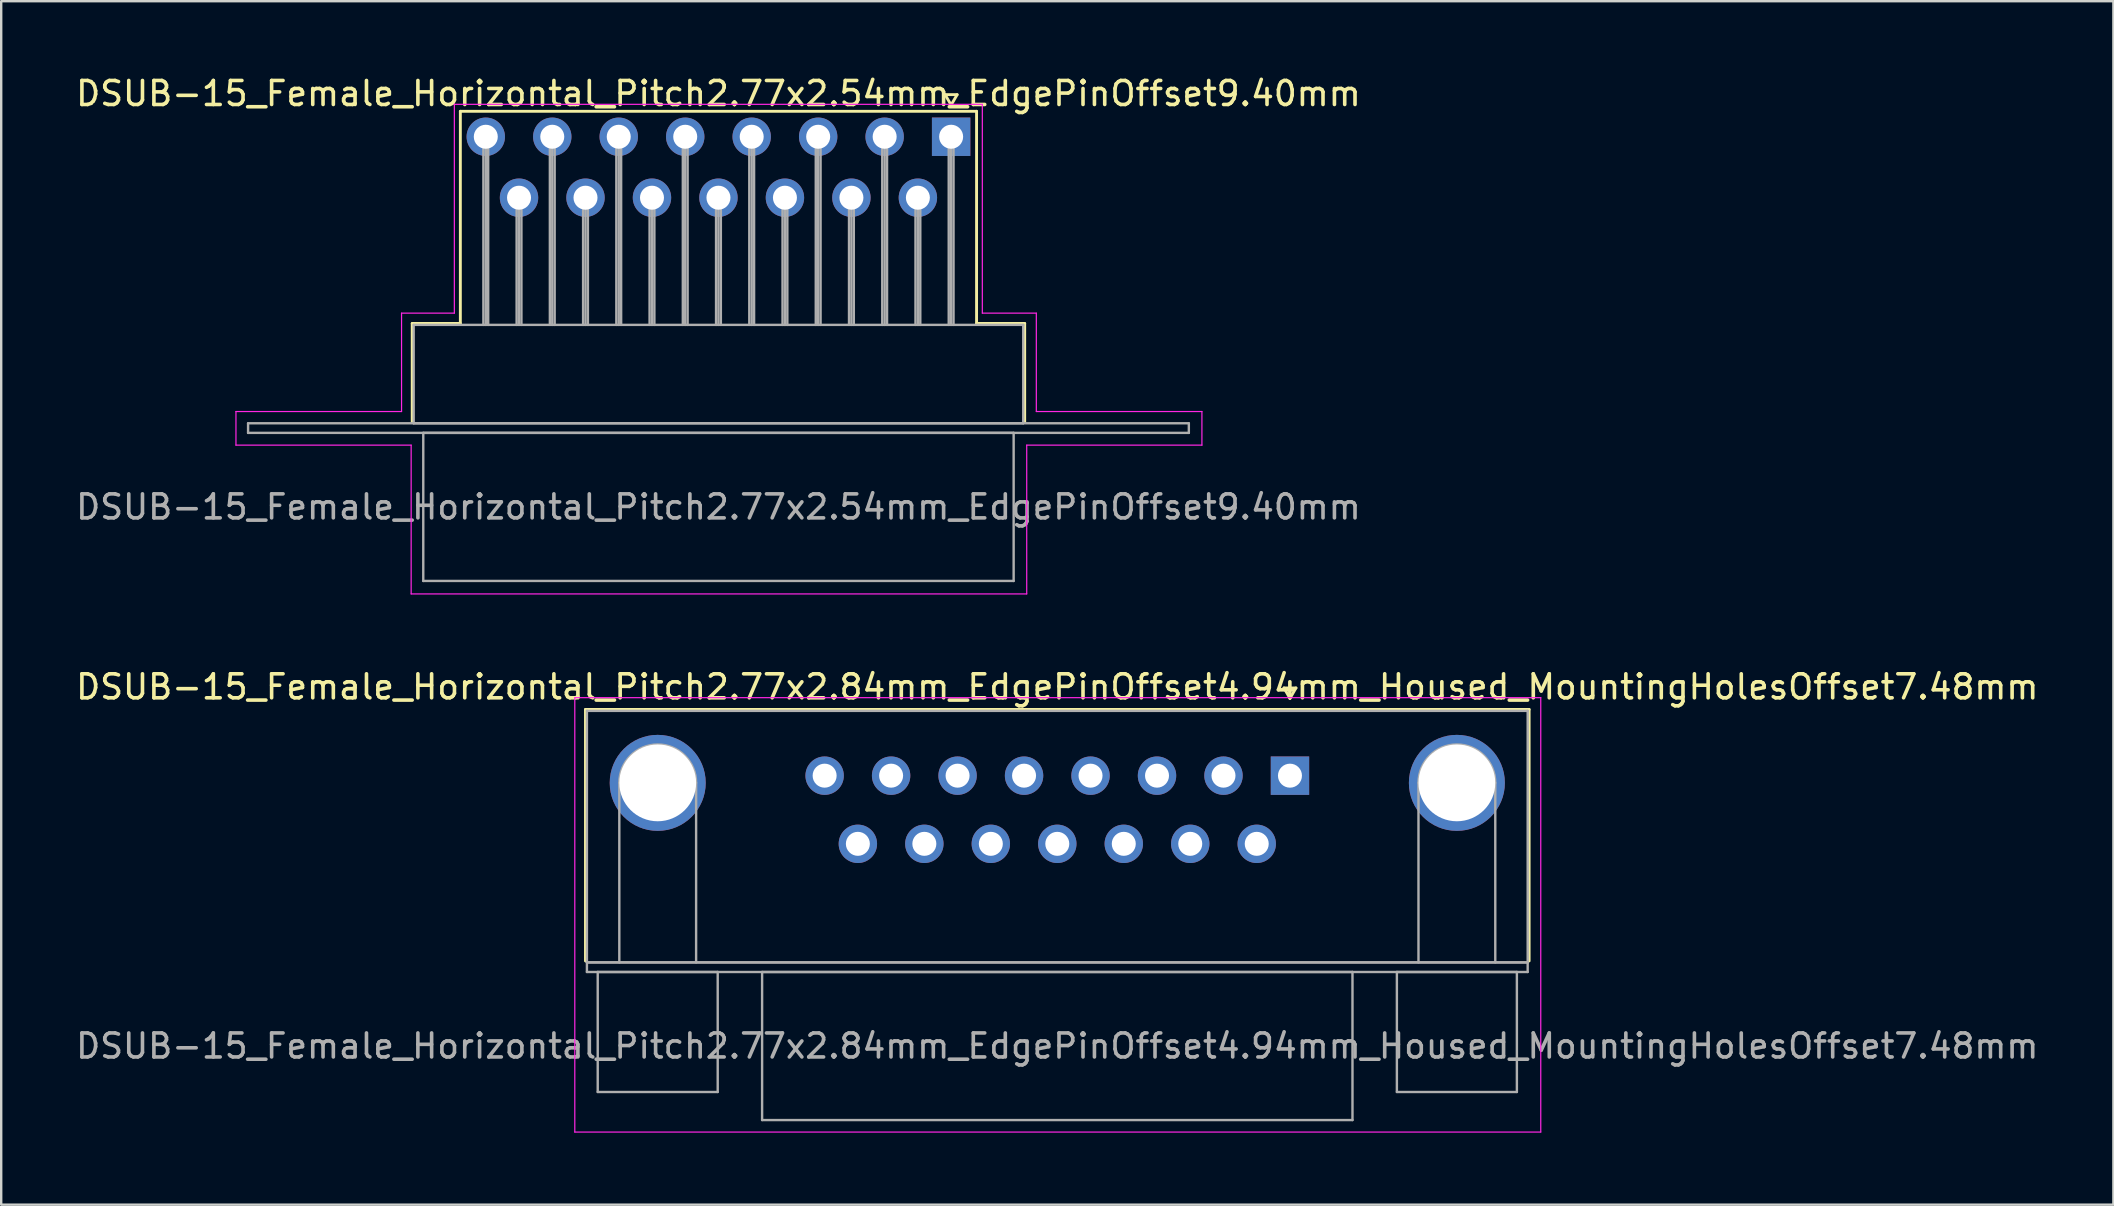
<source format=kicad_pcb>
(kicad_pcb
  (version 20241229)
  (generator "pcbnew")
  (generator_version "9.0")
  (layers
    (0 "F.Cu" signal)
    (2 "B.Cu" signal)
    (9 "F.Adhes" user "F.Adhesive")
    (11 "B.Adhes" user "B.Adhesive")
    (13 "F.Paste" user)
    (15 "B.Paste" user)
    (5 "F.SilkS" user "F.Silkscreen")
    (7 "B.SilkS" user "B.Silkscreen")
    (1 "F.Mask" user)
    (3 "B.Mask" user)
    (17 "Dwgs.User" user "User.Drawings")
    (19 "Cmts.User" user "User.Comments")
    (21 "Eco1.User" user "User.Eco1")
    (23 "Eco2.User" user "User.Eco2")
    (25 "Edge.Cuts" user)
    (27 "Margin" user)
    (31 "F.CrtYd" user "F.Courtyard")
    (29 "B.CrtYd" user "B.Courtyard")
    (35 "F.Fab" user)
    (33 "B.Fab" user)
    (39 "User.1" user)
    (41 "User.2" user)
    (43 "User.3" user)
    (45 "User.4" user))
  (footprint "DSUB-15_Female_Horizontal_Pitch2.77x2.54mm_EdgePinOffset9.40mm"
    (layer "F.Cu")
    (at 36.582 2.648)
    (property "Reference" "DSUB-15_Female_Horizontal_Pitch2.77x2.54mm_EdgePinOffset9.40mm" (at -9.695 -1.8 0) (layer "F.SilkS") (effects (font (size 1 1) (thickness 0.15))))
    (attr through_hole)
    (fp_line (start -22.455 7.78) (end -20.45 7.78) (stroke (width 0.12) (type solid)) (layer "F.SilkS"))
    (fp_line (start -22.455 11.88) (end -22.455 7.78) (stroke (width 0.12) (type solid)) (layer "F.SilkS"))
    (fp_line (start -20.45 -1.06) (end 1.06 -1.06) (stroke (width 0.12) (type solid)) (layer "F.SilkS"))
    (fp_line (start -20.45 7.78) (end -20.45 -1.06) (stroke (width 0.12) (type solid)) (layer "F.SilkS"))
    (fp_line (start -0.25 -1.754) (end 0.25 -1.754) (stroke (width 0.12) (type solid)) (layer "F.SilkS"))
    (fp_line (start 0 -1.321) (end -0.25 -1.754) (stroke (width 0.12) (type solid)) (layer "F.SilkS"))
    (fp_line (start 0.25 -1.754) (end 0 -1.321) (stroke (width 0.12) (type solid)) (layer "F.SilkS"))
    (fp_line (start 1.06 -1.06) (end 1.06 7.78) (stroke (width 0.12) (type solid)) (layer "F.SilkS"))
    (fp_line (start 1.06 7.78) (end 3.065 7.78) (stroke (width 0.12) (type solid)) (layer "F.SilkS"))
    (fp_line (start 3.065 7.78) (end 3.065 11.88) (stroke (width 0.12) (type solid)) (layer "F.SilkS"))
    (fp_line (start -29.8 11.45) (end -22.9 11.45) (stroke (width 0.05) (type solid)) (layer "F.CrtYd"))
    (fp_line (start -29.8 12.85) (end -29.8 11.45) (stroke (width 0.05) (type solid)) (layer "F.CrtYd"))
    (fp_line (start -22.9 7.35) (end -20.7 7.35) (stroke (width 0.05) (type solid)) (layer "F.CrtYd"))
    (fp_line (start -22.9 11.45) (end -22.9 7.35) (stroke (width 0.05) (type solid)) (layer "F.CrtYd"))
    (fp_line (start -22.5 12.85) (end -29.8 12.85) (stroke (width 0.05) (type solid)) (layer "F.CrtYd"))
    (fp_line (start -22.5 19.05) (end -22.5 12.85) (stroke (width 0.05) (type solid)) (layer "F.CrtYd"))
    (fp_line (start -20.7 -1.35) (end 1.3 -1.35) (stroke (width 0.05) (type solid)) (layer "F.CrtYd"))
    (fp_line (start -20.7 7.35) (end -20.7 -1.35) (stroke (width 0.05) (type solid)) (layer "F.CrtYd"))
    (fp_line (start 1.3 -1.35) (end 1.3 7.35) (stroke (width 0.05) (type solid)) (layer "F.CrtYd"))
    (fp_line (start 1.3 7.35) (end 3.55 7.35) (stroke (width 0.05) (type solid)) (layer "F.CrtYd"))
    (fp_line (start 3.15 12.85) (end 3.15 19.05) (stroke (width 0.05) (type solid)) (layer "F.CrtYd"))
    (fp_line (start 3.15 19.05) (end -22.5 19.05) (stroke (width 0.05) (type solid)) (layer "F.CrtYd"))
    (fp_line (start 3.55 7.35) (end 3.55 11.45) (stroke (width 0.05) (type solid)) (layer "F.CrtYd"))
    (fp_line (start 3.55 11.45) (end 10.45 11.45) (stroke (width 0.05) (type solid)) (layer "F.CrtYd"))
    (fp_line (start 10.45 11.45) (end 10.45 12.85) (stroke (width 0.05) (type solid)) (layer "F.CrtYd"))
    (fp_line (start 10.45 12.85) (end 3.15 12.85) (stroke (width 0.05) (type solid)) (layer "F.CrtYd"))
    (fp_line (start -29.295 11.94) (end -29.295 12.34) (stroke (width 0.1) (type solid)) (layer "F.Fab"))
    (fp_line (start -29.295 12.34) (end 9.905 12.34) (stroke (width 0.1) (type solid)) (layer "F.Fab"))
    (fp_line (start -22.395 7.84) (end -22.395 11.94) (stroke (width 0.1) (type solid)) (layer "F.Fab"))
    (fp_line (start -22.395 11.94) (end 3.005 11.94) (stroke (width 0.1) (type solid)) (layer "F.Fab"))
    (fp_line (start -21.995 12.34) (end -21.995 18.51) (stroke (width 0.1) (type solid)) (layer "F.Fab"))
    (fp_line (start -21.995 18.51) (end 2.605 18.51) (stroke (width 0.1) (type solid)) (layer "F.Fab"))
    (fp_line (start -19.49 0) (end -19.49 7.84) (stroke (width 0.1) (type solid)) (layer "F.Fab"))
    (fp_line (start -19.39 0) (end -19.39 7.84) (stroke (width 0.1) (type solid)) (layer "F.Fab"))
    (fp_line (start -19.29 0) (end -19.29 7.84) (stroke (width 0.1) (type solid)) (layer "F.Fab"))
    (fp_line (start -18.105 2.54) (end -18.105 7.84) (stroke (width 0.1) (type solid)) (layer "F.Fab"))
    (fp_line (start -18.005 2.54) (end -18.005 7.84) (stroke (width 0.1) (type solid)) (layer "F.Fab"))
    (fp_line (start -17.905 2.54) (end -17.905 7.84) (stroke (width 0.1) (type solid)) (layer "F.Fab"))
    (fp_line (start -16.72 0) (end -16.72 7.84) (stroke (width 0.1) (type solid)) (layer "F.Fab"))
    (fp_line (start -16.62 0) (end -16.62 7.84) (stroke (width 0.1) (type solid)) (layer "F.Fab"))
    (fp_line (start -16.52 0) (end -16.52 7.84) (stroke (width 0.1) (type solid)) (layer "F.Fab"))
    (fp_line (start -15.335 2.54) (end -15.335 7.84) (stroke (width 0.1) (type solid)) (layer "F.Fab"))
    (fp_line (start -15.235 2.54) (end -15.235 7.84) (stroke (width 0.1) (type solid)) (layer "F.Fab"))
    (fp_line (start -15.135 2.54) (end -15.135 7.84) (stroke (width 0.1) (type solid)) (layer "F.Fab"))
    (fp_line (start -13.95 0) (end -13.95 7.84) (stroke (width 0.1) (type solid)) (layer "F.Fab"))
    (fp_line (start -13.85 0) (end -13.85 7.84) (stroke (width 0.1) (type solid)) (layer "F.Fab"))
    (fp_line (start -13.75 0) (end -13.75 7.84) (stroke (width 0.1) (type solid)) (layer "F.Fab"))
    (fp_line (start -12.565 2.54) (end -12.565 7.84) (stroke (width 0.1) (type solid)) (layer "F.Fab"))
    (fp_line (start -12.465 2.54) (end -12.465 7.84) (stroke (width 0.1) (type solid)) (layer "F.Fab"))
    (fp_line (start -12.365 2.54) (end -12.365 7.84) (stroke (width 0.1) (type solid)) (layer "F.Fab"))
    (fp_line (start -11.18 0) (end -11.18 7.84) (stroke (width 0.1) (type solid)) (layer "F.Fab"))
    (fp_line (start -11.08 0) (end -11.08 7.84) (stroke (width 0.1) (type solid)) (layer "F.Fab"))
    (fp_line (start -10.98 0) (end -10.98 7.84) (stroke (width 0.1) (type solid)) (layer "F.Fab"))
    (fp_line (start -9.795 2.54) (end -9.795 7.84) (stroke (width 0.1) (type solid)) (layer "F.Fab"))
    (fp_line (start -9.695 2.54) (end -9.695 7.84) (stroke (width 0.1) (type solid)) (layer "F.Fab"))
    (fp_line (start -9.595 2.54) (end -9.595 7.84) (stroke (width 0.1) (type solid)) (layer "F.Fab"))
    (fp_line (start -8.41 0) (end -8.41 7.84) (stroke (width 0.1) (type solid)) (layer "F.Fab"))
    (fp_line (start -8.31 0) (end -8.31 7.84) (stroke (width 0.1) (type solid)) (layer "F.Fab"))
    (fp_line (start -8.21 0) (end -8.21 7.84) (stroke (width 0.1) (type solid)) (layer "F.Fab"))
    (fp_line (start -7.025 2.54) (end -7.025 7.84) (stroke (width 0.1) (type solid)) (layer "F.Fab"))
    (fp_line (start -6.925 2.54) (end -6.925 7.84) (stroke (width 0.1) (type solid)) (layer "F.Fab"))
    (fp_line (start -6.825 2.54) (end -6.825 7.84) (stroke (width 0.1) (type solid)) (layer "F.Fab"))
    (fp_line (start -5.64 0) (end -5.64 7.84) (stroke (width 0.1) (type solid)) (layer "F.Fab"))
    (fp_line (start -5.54 0) (end -5.54 7.84) (stroke (width 0.1) (type solid)) (layer "F.Fab"))
    (fp_line (start -5.44 0) (end -5.44 7.84) (stroke (width 0.1) (type solid)) (layer "F.Fab"))
    (fp_line (start -4.255 2.54) (end -4.255 7.84) (stroke (width 0.1) (type solid)) (layer "F.Fab"))
    (fp_line (start -4.155 2.54) (end -4.155 7.84) (stroke (width 0.1) (type solid)) (layer "F.Fab"))
    (fp_line (start -4.055 2.54) (end -4.055 7.84) (stroke (width 0.1) (type solid)) (layer "F.Fab"))
    (fp_line (start -2.87 0) (end -2.87 7.84) (stroke (width 0.1) (type solid)) (layer "F.Fab"))
    (fp_line (start -2.77 0) (end -2.77 7.84) (stroke (width 0.1) (type solid)) (layer "F.Fab"))
    (fp_line (start -2.67 0) (end -2.67 7.84) (stroke (width 0.1) (type solid)) (layer "F.Fab"))
    (fp_line (start -1.485 2.54) (end -1.485 7.84) (stroke (width 0.1) (type solid)) (layer "F.Fab"))
    (fp_line (start -1.385 2.54) (end -1.385 7.84) (stroke (width 0.1) (type solid)) (layer "F.Fab"))
    (fp_line (start -1.285 2.54) (end -1.285 7.84) (stroke (width 0.1) (type solid)) (layer "F.Fab"))
    (fp_line (start -0.1 0) (end -0.1 7.84) (stroke (width 0.1) (type solid)) (layer "F.Fab"))
    (fp_line (start 0 0) (end 0 7.84) (stroke (width 0.1) (type solid)) (layer "F.Fab"))
    (fp_line (start 0.1 0) (end 0.1 7.84) (stroke (width 0.1) (type solid)) (layer "F.Fab"))
    (fp_line (start 2.605 12.34) (end -21.995 12.34) (stroke (width 0.1) (type solid)) (layer "F.Fab"))
    (fp_line (start 2.605 18.51) (end 2.605 12.34) (stroke (width 0.1) (type solid)) (layer "F.Fab"))
    (fp_line (start 3.005 7.84) (end -22.395 7.84) (stroke (width 0.1) (type solid)) (layer "F.Fab"))
    (fp_line (start 3.005 11.94) (end 3.005 7.84) (stroke (width 0.1) (type solid)) (layer "F.Fab"))
    (fp_line (start 9.905 11.94) (end -29.295 11.94) (stroke (width 0.1) (type solid)) (layer "F.Fab"))
    (fp_line (start 9.905 12.34) (end 9.905 11.94) (stroke (width 0.1) (type solid)) (layer "F.Fab"))
    (fp_text user "${REFERENCE}" (at -9.695 15.425 0) (layer "F.Fab") (effects (font (size 1 1) (thickness 0.15))))
    (pad "1" thru_hole rect (at 0 0) (size 1.6 1.6) (drill 1) (layers "*.Cu" "*.Mask"))
    (pad "2" thru_hole circle (at -2.77 0) (size 1.6 1.6) (drill 1) (layers "*.Cu" "*.Mask"))
    (pad "3" thru_hole circle (at -5.54 0) (size 1.6 1.6) (drill 1) (layers "*.Cu" "*.Mask"))
    (pad "4" thru_hole circle (at -8.31 0) (size 1.6 1.6) (drill 1) (layers "*.Cu" "*.Mask"))
    (pad "5" thru_hole circle (at -11.08 0) (size 1.6 1.6) (drill 1) (layers "*.Cu" "*.Mask"))
    (pad "6" thru_hole circle (at -13.85 0) (size 1.6 1.6) (drill 1) (layers "*.Cu" "*.Mask"))
    (pad "7" thru_hole circle (at -16.62 0) (size 1.6 1.6) (drill 1) (layers "*.Cu" "*.Mask"))
    (pad "8" thru_hole circle (at -19.39 0) (size 1.6 1.6) (drill 1) (layers "*.Cu" "*.Mask"))
    (pad "9" thru_hole circle (at -1.385 2.54) (size 1.6 1.6) (drill 1) (layers "*.Cu" "*.Mask"))
    (pad "10" thru_hole circle (at -4.155 2.54) (size 1.6 1.6) (drill 1) (layers "*.Cu" "*.Mask"))
    (pad "11" thru_hole circle (at -6.925 2.54) (size 1.6 1.6) (drill 1) (layers "*.Cu" "*.Mask"))
    (pad "12" thru_hole circle (at -9.695 2.54) (size 1.6 1.6) (drill 1) (layers "*.Cu" "*.Mask"))
    (pad "13" thru_hole circle (at -12.465 2.54) (size 1.6 1.6) (drill 1) (layers "*.Cu" "*.Mask"))
    (pad "14" thru_hole circle (at -15.235 2.54) (size 1.6 1.6) (drill 1) (layers "*.Cu" "*.Mask"))
    (pad "15" thru_hole circle (at -18.005 2.54) (size 1.6 1.6) (drill 1) (layers "*.Cu" "*.Mask")))
  (footprint "DSUB-15_Female_Horizontal_Pitch2.77x2.84mm_EdgePinOffset4.94mm_Housed_MountingHolesOffset7.48mm"
    (layer "F.Cu")
    (at 50.701 29.271)
    (property "Reference" "DSUB-15_Female_Horizontal_Pitch2.77x2.84mm_EdgePinOffset4.94mm_Housed_MountingHolesOffset7.48mm" (at -9.695 -3.7 0) (layer "F.SilkS") (effects (font (size 1 1) (thickness 0.15))))
    (attr through_hole)
    (fp_line (start -29.355 -2.76) (end 9.965 -2.76) (stroke (width 0.12) (type solid)) (layer "F.SilkS"))
    (fp_line (start -29.355 7.72) (end -29.355 -2.76) (stroke (width 0.12) (type solid)) (layer "F.SilkS"))
    (fp_line (start -0.25 -3.654) (end 0.25 -3.654) (stroke (width 0.12) (type solid)) (layer "F.SilkS"))
    (fp_line (start 0 -3.221) (end -0.25 -3.654) (stroke (width 0.12) (type solid)) (layer "F.SilkS"))
    (fp_line (start 0.25 -3.654) (end 0 -3.221) (stroke (width 0.12) (type solid)) (layer "F.SilkS"))
    (fp_line (start 9.965 -2.76) (end 9.965 7.72) (stroke (width 0.12) (type solid)) (layer "F.SilkS"))
    (fp_line (start -29.8 -3.25) (end -29.8 14.85) (stroke (width 0.05) (type solid)) (layer "F.CrtYd"))
    (fp_line (start -29.8 14.85) (end 10.45 14.85) (stroke (width 0.05) (type solid)) (layer "F.CrtYd"))
    (fp_line (start 10.45 -3.25) (end -29.8 -3.25) (stroke (width 0.05) (type solid)) (layer "F.CrtYd"))
    (fp_line (start 10.45 14.85) (end 10.45 -3.25) (stroke (width 0.05) (type solid)) (layer "F.CrtYd"))
    (fp_line (start -29.295 -2.7) (end -29.295 7.78) (stroke (width 0.1) (type solid)) (layer "F.Fab"))
    (fp_line (start -29.295 7.78) (end -29.295 8.18) (stroke (width 0.1) (type solid)) (layer "F.Fab"))
    (fp_line (start -29.295 7.78) (end 9.905 7.78) (stroke (width 0.1) (type solid)) (layer "F.Fab"))
    (fp_line (start -29.295 8.18) (end 9.905 8.18) (stroke (width 0.1) (type solid)) (layer "F.Fab"))
    (fp_line (start -28.845 8.18) (end -28.845 13.18) (stroke (width 0.1) (type solid)) (layer "F.Fab"))
    (fp_line (start -28.845 13.18) (end -23.845 13.18) (stroke (width 0.1) (type solid)) (layer "F.Fab"))
    (fp_line (start -27.945 7.78) (end -27.945 0.3) (stroke (width 0.1) (type solid)) (layer "F.Fab"))
    (fp_line (start -24.745 7.78) (end -24.745 0.3) (stroke (width 0.1) (type solid)) (layer "F.Fab"))
    (fp_line (start -23.845 8.18) (end -28.845 8.18) (stroke (width 0.1) (type solid)) (layer "F.Fab"))
    (fp_line (start -23.845 13.18) (end -23.845 8.18) (stroke (width 0.1) (type solid)) (layer "F.Fab"))
    (fp_line (start -21.995 8.18) (end -21.995 14.35) (stroke (width 0.1) (type solid)) (layer "F.Fab"))
    (fp_line (start -21.995 14.35) (end 2.605 14.35) (stroke (width 0.1) (type solid)) (layer "F.Fab"))
    (fp_line (start 2.605 8.18) (end -21.995 8.18) (stroke (width 0.1) (type solid)) (layer "F.Fab"))
    (fp_line (start 2.605 14.35) (end 2.605 8.18) (stroke (width 0.1) (type solid)) (layer "F.Fab"))
    (fp_line (start 4.455 8.18) (end 4.455 13.18) (stroke (width 0.1) (type solid)) (layer "F.Fab"))
    (fp_line (start 4.455 13.18) (end 9.455 13.18) (stroke (width 0.1) (type solid)) (layer "F.Fab"))
    (fp_line (start 5.355 7.78) (end 5.355 0.3) (stroke (width 0.1) (type solid)) (layer "F.Fab"))
    (fp_line (start 8.555 7.78) (end 8.555 0.3) (stroke (width 0.1) (type solid)) (layer "F.Fab"))
    (fp_line (start 9.455 8.18) (end 4.455 8.18) (stroke (width 0.1) (type solid)) (layer "F.Fab"))
    (fp_line (start 9.455 13.18) (end 9.455 8.18) (stroke (width 0.1) (type solid)) (layer "F.Fab"))
    (fp_line (start 9.905 -2.7) (end -29.295 -2.7) (stroke (width 0.1) (type solid)) (layer "F.Fab"))
    (fp_line (start 9.905 7.78) (end -29.295 7.78) (stroke (width 0.1) (type solid)) (layer "F.Fab"))
    (fp_line (start 9.905 7.78) (end 9.905 -2.7) (stroke (width 0.1) (type solid)) (layer "F.Fab"))
    (fp_line (start 9.905 8.18) (end 9.905 7.78) (stroke (width 0.1) (type solid)) (layer "F.Fab"))
    (fp_arc (start -27.945 0.3) (mid -26.345 -1.3) (end -24.745 0.3) (stroke (width 0.1) (type solid)) (layer "F.Fab"))
    (fp_arc (start 5.355 0.3) (mid 6.955 -1.3) (end 8.555 0.3) (stroke (width 0.1) (type solid)) (layer "F.Fab"))
    (fp_text user "${REFERENCE}" (at -9.695 11.265 0) (layer "F.Fab") (effects (font (size 1 1) (thickness 0.15))))
    (pad "0" thru_hole circle (at -26.345 0.3) (size 4 4) (drill 3.2) (layers "*.Cu" "*.Mask"))
    (pad "0" thru_hole circle (at 6.955 0.3) (size 4 4) (drill 3.2) (layers "*.Cu" "*.Mask"))
    (pad "1" thru_hole rect (at 0 0) (size 1.6 1.6) (drill 1) (layers "*.Cu" "*.Mask"))
    (pad "2" thru_hole circle (at -2.77 0) (size 1.6 1.6) (drill 1) (layers "*.Cu" "*.Mask"))
    (pad "3" thru_hole circle (at -5.54 0) (size 1.6 1.6) (drill 1) (layers "*.Cu" "*.Mask"))
    (pad "4" thru_hole circle (at -8.31 0) (size 1.6 1.6) (drill 1) (layers "*.Cu" "*.Mask"))
    (pad "5" thru_hole circle (at -11.08 0) (size 1.6 1.6) (drill 1) (layers "*.Cu" "*.Mask"))
    (pad "6" thru_hole circle (at -13.85 0) (size 1.6 1.6) (drill 1) (layers "*.Cu" "*.Mask"))
    (pad "7" thru_hole circle (at -16.62 0) (size 1.6 1.6) (drill 1) (layers "*.Cu" "*.Mask"))
    (pad "8" thru_hole circle (at -19.39 0) (size 1.6 1.6) (drill 1) (layers "*.Cu" "*.Mask"))
    (pad "9" thru_hole circle (at -1.385 2.84) (size 1.6 1.6) (drill 1) (layers "*.Cu" "*.Mask"))
    (pad "10" thru_hole circle (at -4.155 2.84) (size 1.6 1.6) (drill 1) (layers "*.Cu" "*.Mask"))
    (pad "11" thru_hole circle (at -6.925 2.84) (size 1.6 1.6) (drill 1) (layers "*.Cu" "*.Mask"))
    (pad "12" thru_hole circle (at -9.695 2.84) (size 1.6 1.6) (drill 1) (layers "*.Cu" "*.Mask"))
    (pad "13" thru_hole circle (at -12.465 2.84) (size 1.6 1.6) (drill 1) (layers "*.Cu" "*.Mask"))
    (pad "14" thru_hole circle (at -15.235 2.84) (size 1.6 1.6) (drill 1) (layers "*.Cu" "*.Mask"))
    (pad "15" thru_hole circle (at -18.005 2.84) (size 1.6 1.6) (drill 1) (layers "*.Cu" "*.Mask")))
  (gr_rect
    (start -3 -3)
    (end 85.012 47.147)
    (stroke (width 0.1) (type default))
    (fill no)
    (layer "Edge.Cuts")))
</source>
